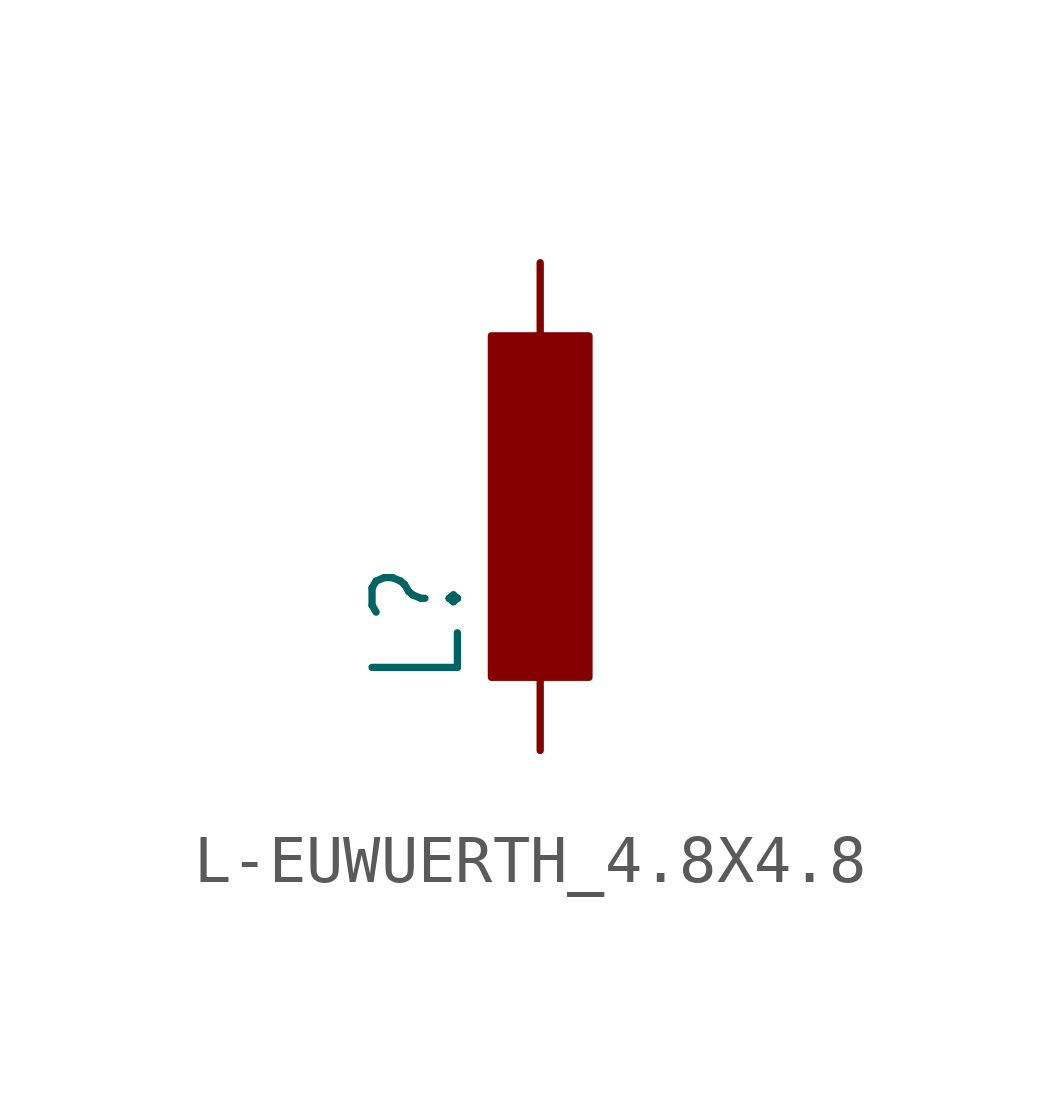
<source format=kicad_sym>
(kicad_symbol_lib
  (version 20241209)
  (generator "kicad_symbol_editor")
  (generator_version "9.0")
  (symbol "L-EUWUERTH_4.8X4.8"
    (property "Reference" "L"
      (at -1.499 -3.81 90)
      (effects (font (size 1.778 1.511)) (justify left bottom)))
    (property "Value" ""
      (at 3.302 -3.81 90)
      (effects (font (size 1.778 1.511)) (justify left bottom)))
    (property "ki_locked" ""
      (at 0 0 0)
      (effects (font (size 1.27 1.27))))
    (symbol "L-EUWUERTH_4.8X4.8_1_0"
      (rectangle (start -1.016 -3.556) (end 1.016 3.556) (stroke (width 0) (type default)) (fill (type outline)))
      (pin passive line (at 0 5.08 270) (length 2.54) (name "1" (effects (font (size 0 0)))) (number "P$1" (effects (font (size 0 0)))))
      (pin passive line (at 0 -5.08 90) (length 2.54) (name "2" (effects (font (size 0 0)))) (number "P$2" (effects (font (size 0 0))))))))
</source>
